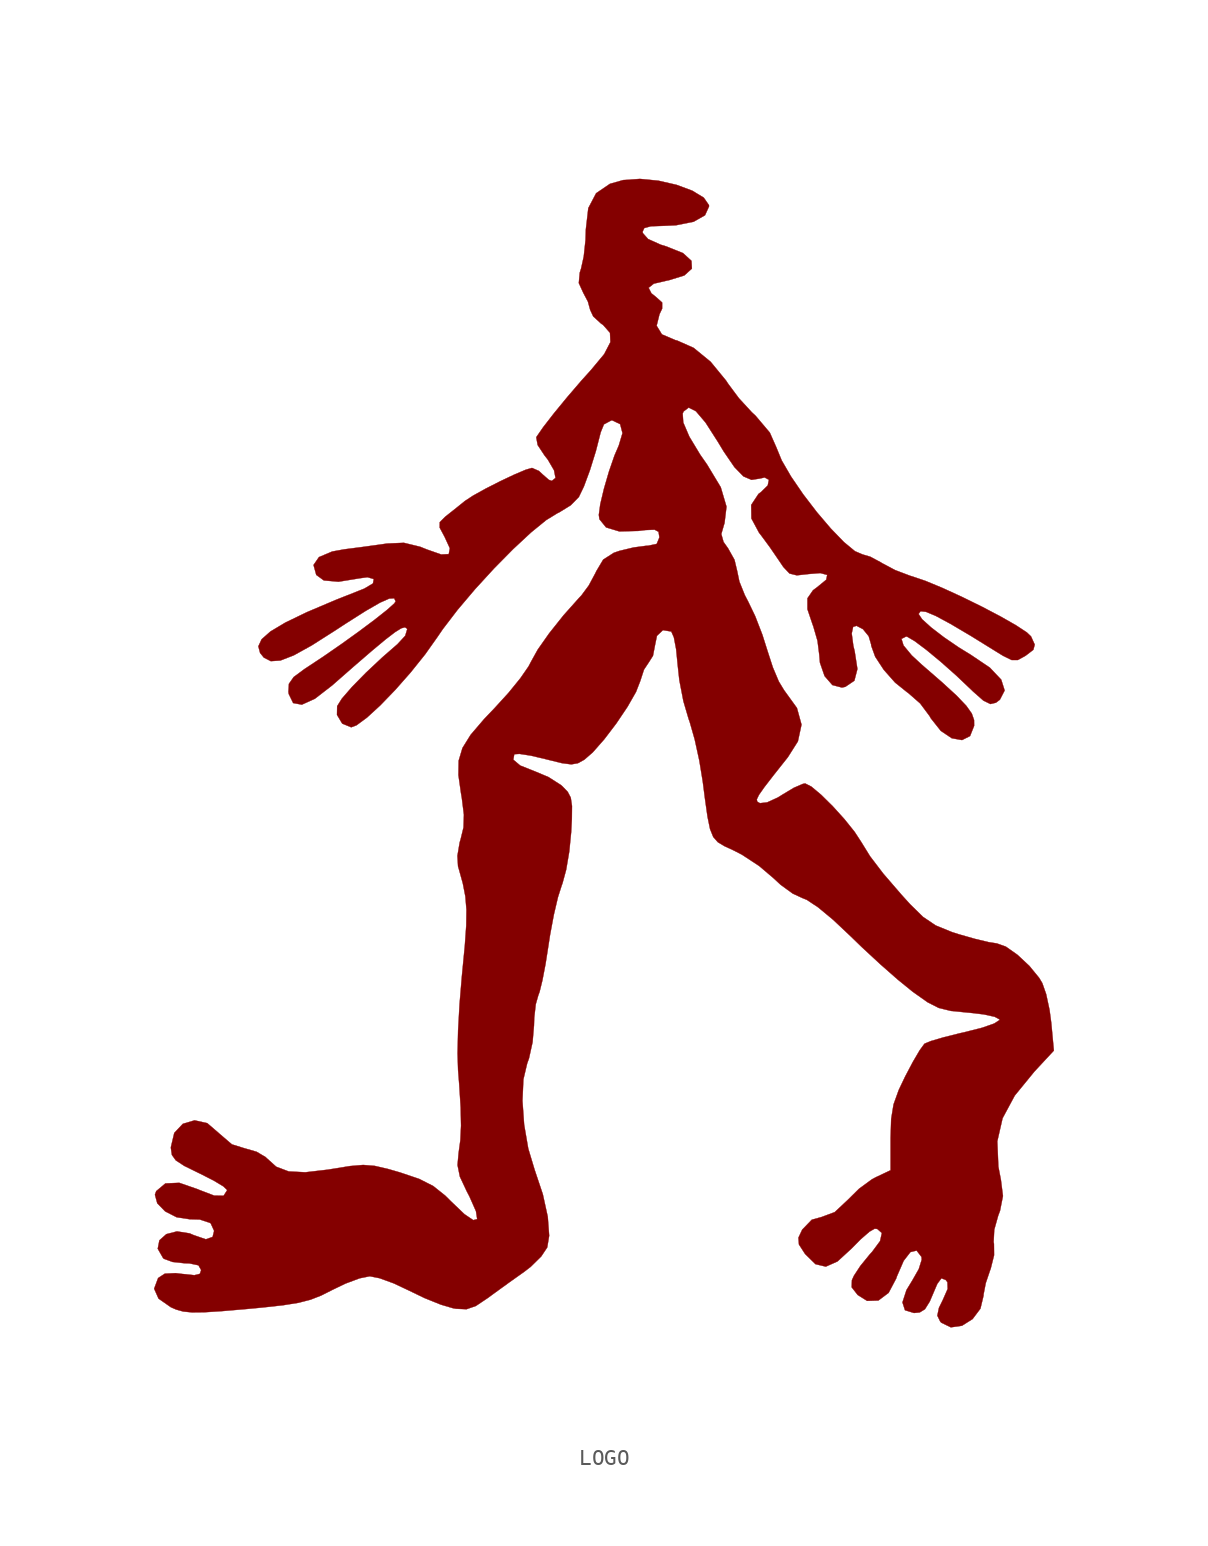
<source format=kicad_sym>
(kicad_symbol_lib
  (version 20220914)
  (generator "bitmap2component")
  (generator_version "9.0")
  (symbol "LOGO"
    (pin_names
      (offset 1.016))
    (property "Reference" "#G"
      (at 0 35.303 0)
      (effects (font (size 1.27 1.27)) hide))
    (symbol "LOGO_0_0"
      (polyline (pts (xy 22.433 -35.788) (xy 23.093 -35.372) (xy 23.585 -34.719) (xy 23.779 -33.908) (xy 23.782 -33.824) (xy 23.917 -33.125) (xy 24.189 -32.321) (xy 24.225 -32.23) (xy 24.438 -31.381) (xy 24.43 -30.667) (xy 24.409 -30.556) (xy 24.448 -29.79) (xy 24.695 -28.907) (xy 24.81 -28.599) (xy 24.992 -27.679) (xy 24.866 -26.678) (xy 24.705 -25.841) (xy 24.639 -24.26) (xy 24.969 -22.818) (xy 25.73 -21.403) (xy 26.957 -19.901) (xy 28.175 -18.59) (xy 28.014 -16.868) (xy 27.905 -16.047) (xy 27.693 -15.06) (xy 27.451 -14.369) (xy 27.253 -14.04) (xy 26.64 -13.293) (xy 25.896 -12.599) (xy 25.17 -12.088) (xy 24.608 -11.889) (xy 24.602 -11.889) (xy 24.09 -11.809) (xy 23.248 -11.607) (xy 22.253 -11.324) (xy 21.804 -11.181) (xy 20.792 -10.768) (xy 19.998 -10.234) (xy 19.185 -9.436) (xy 18.657 -8.854) (xy 17.513 -7.529) (xy 16.69 -6.45) (xy 16.127 -5.539) (xy 15.718 -4.913) (xy 15.085 -4.124) (xy 14.353 -3.315) (xy 13.628 -2.599) (xy 13.017 -2.087) (xy 12.629 -1.891) (xy 12.486 -1.917) (xy 11.918 -2.162) (xy 11.217 -2.583) (xy 10.916 -2.77) (xy 10.252 -3.073) (xy 9.807 -3.123) (xy 9.779 -3.112) (xy 9.632 -3.03) (xy 9.604 -2.885) (xy 9.738 -2.606) (xy 10.078 -2.121) (xy 10.668 -1.357) (xy 11.552 -0.242) (xy 12.174 0.741) (xy 12.4 1.787) (xy 12.114 2.829) (xy 11.31 3.941) (xy 11.309 3.942) (xy 10.98 4.485) (xy 10.609 5.364) (xy 10.276 6.389) (xy 9.953 7.409) (xy 9.504 8.569) (xy 9.068 9.475) (xy 8.854 9.886) (xy 8.515 10.73) (xy 8.38 11.38) (xy 8.38 11.381) (xy 8.21 12.092) (xy 7.808 12.81) (xy 7.525 13.209) (xy 7.386 13.703) (xy 7.564 14.316) (xy 7.585 14.37) (xy 7.711 15.411) (xy 7.351 16.629) (xy 6.5 18.041) (xy 6.071 18.656) (xy 5.385 19.793) (xy 5.008 20.675) (xy 4.971 21.236) (xy 5.028 21.363) (xy 5.344 21.607) (xy 5.796 21.38) (xy 6.401 20.669) (xy 7.173 19.463) (xy 7.534 18.866) (xy 8.209 17.88) (xy 8.768 17.306) (xy 9.275 17.089) (xy 9.797 17.171) (xy 10.096 17.238) (xy 10.361 17.092) (xy 10.29 16.74) (xy 9.871 16.329) (xy 9.71 16.209) (xy 9.256 15.521) (xy 9.267 14.675) (xy 9.747 13.781) (xy 9.874 13.62) (xy 10.421 12.878) (xy 10.978 12.065) (xy 11.264 11.641) (xy 11.65 11.233) (xy 12.106 11.12) (xy 12.856 11.203) (xy 13.573 11.261) (xy 14.006 11.146) (xy 13.945 10.845) (xy 13.376 10.378) (xy 13.118 10.186) (xy 12.771 9.684) (xy 12.771 9.002) (xy 13.105 8.013) (xy 13.133 7.945) (xy 13.4 7.023) (xy 13.511 6.149) (xy 13.552 5.662) (xy 13.841 4.824) (xy 14.33 4.261) (xy 14.928 4.105) (xy 15.14 4.151) (xy 15.704 4.532) (xy 15.894 5.266) (xy 15.721 6.382) (xy 15.639 6.719) (xy 15.538 7.486) (xy 15.625 7.897) (xy 15.84 7.965) (xy 16.241 7.756) (xy 16.599 7.316) (xy 16.753 6.799) (xy 16.758 6.719) (xy 17.006 6.033) (xy 17.545 5.211) (xy 18.249 4.417) (xy 18.995 3.817) (xy 19.058 3.776) (xy 19.817 3.112) (xy 20.407 2.321) (xy 20.488 2.178) (xy 21.108 1.396) (xy 21.791 0.937) (xy 22.435 0.822) (xy 22.936 1.073) (xy 23.191 1.714) (xy 23.187 2.075) (xy 23.044 2.482) (xy 22.7 2.967) (xy 22.101 3.596) (xy 21.191 4.431) (xy 19.914 5.539) (xy 19.292 6.115) (xy 18.776 6.739) (xy 18.649 7.149) (xy 18.94 7.296) (xy 19.012 7.28) (xy 19.474 7.009) (xy 20.203 6.462) (xy 21.103 5.717) (xy 22.081 4.85) (xy 23.04 3.94) (xy 23.116 3.865) (xy 23.767 3.291) (xy 24.208 3.075) (xy 24.554 3.158) (xy 24.801 3.346) (xy 25.099 3.923) (xy 24.885 4.598) (xy 24.172 5.351) (xy 22.968 6.162) (xy 22.239 6.609) (xy 21.306 7.247) (xy 20.502 7.865) (xy 19.938 8.375) (xy 19.726 8.692) (xy 19.726 8.717) (xy 19.841 8.876) (xy 20.181 8.839) (xy 20.791 8.583) (xy 21.713 8.086) (xy 22.994 7.329) (xy 24.678 6.287) (xy 24.993 6.093) (xy 25.534 5.826) (xy 25.923 5.827) (xy 26.366 6.069) (xy 26.421 6.104) (xy 26.893 6.465) (xy 26.979 6.789) (xy 26.747 7.303) (xy 26.485 7.553) (xy 25.806 7.999) (xy 24.83 8.555) (xy 23.666 9.166) (xy 22.424 9.776) (xy 21.213 10.331) (xy 20.142 10.775) (xy 19.32 11.054) (xy 19.201 11.088) (xy 18.252 11.447) (xy 17.429 11.885) (xy 17.352 11.935) (xy 16.699 12.284) (xy 16.21 12.428) (xy 15.742 12.628) (xy 15.053 13.198) (xy 14.232 14.046) (xy 13.356 15.075) (xy 12.501 16.191) (xy 11.744 17.299) (xy 11.161 18.305) (xy 10.828 19.115) (xy 10.418 20.043) (xy 9.525 21.1) (xy 9.296 21.312) (xy 8.487 22.192) (xy 7.818 23.089) (xy 7.682 23.296) (xy 6.715 24.474) (xy 5.652 25.343) (xy 4.619 25.8) (xy 4.513 25.824) (xy 3.674 26.183) (xy 3.343 26.723) (xy 3.522 27.443) (xy 3.688 27.792) (xy 3.688 28.175) (xy 3.288 28.533) (xy 3.014 28.752) (xy 2.841 29.096) (xy 3.167 29.353) (xy 4.012 29.55) (xy 4.1 29.565) (xy 5.075 29.866) (xy 5.547 30.293) (xy 5.52 30.781) (xy 4.993 31.263) (xy 3.968 31.675) (xy 3.602 31.787) (xy 2.808 32.144) (xy 2.48 32.515) (xy 2.468 32.606) (xy 2.572 32.832) (xy 2.989 32.94) (xy 3.831 32.97) (xy 4.551 33.003) (xy 5.657 33.224) (xy 6.368 33.628) (xy 6.62 34.186) (xy 6.614 34.26) (xy 6.291 34.729) (xy 5.572 35.165) (xy 4.584 35.532) (xy 3.451 35.79) (xy 2.298 35.901) (xy 1.25 35.828) (xy 0.425 35.594) (xy -0.44 35.006) (xy -0.928 34.076) (xy -1.081 32.748) (xy -1.103 32.076) (xy -1.212 31.056) (xy -1.379 30.3) (xy -1.463 30.036) (xy -1.521 29.39) (xy -1.244 28.783) (xy -0.952 28.229) (xy -0.811 27.713) (xy -0.621 27.306) (xy -0.135 26.861) (xy 0.001 26.766) (xy 0.428 26.28) (xy 0.454 25.698) (xy 0.066 24.95) (xy -0.752 23.965) (xy -1.351 23.301) (xy -2.237 22.27) (xy -3.07 21.256) (xy -3.745 20.386) (xy -4.159 19.788) (xy -4.18 19.741) (xy -4.095 19.267) (xy -3.667 18.619) (xy -3.453 18.345) (xy -3.07 17.686) (xy -2.978 17.208) (xy -3.209 17.023) (xy -3.393 17.089) (xy -3.783 17.429) (xy -4.014 17.645) (xy -4.449 17.834) (xy -4.838 17.721) (xy -5.557 17.417) (xy -6.448 16.995) (xy -7.359 16.531) (xy -8.137 16.099) (xy -8.631 15.775) (xy -9.103 15.395) (xy -9.728 14.898) (xy -9.871 14.784) (xy -10.215 14.441) (xy -10.219 14.102) (xy -9.915 13.532) (xy -9.912 13.528) (xy -9.583 12.811) (xy -9.65 12.446) (xy -10.125 12.424) (xy -11.019 12.737) (xy -11.44 12.906) (xy -12.458 13.152) (xy -13.511 13.107) (xy -13.923 13.047) (xy -15.063 12.89) (xy -16.185 12.745) (xy -16.937 12.609) (xy -17.766 12.259) (xy -18.105 11.766) (xy -17.934 11.146) (xy -17.461 10.802) (xy -16.546 10.72) (xy -15.2 10.939) (xy -14.732 11.002) (xy -14.338 10.888) (xy -14.388 10.614) (xy -14.929 10.291) (xy -16.704 9.588) (xy -18.512 8.821) (xy -19.865 8.168) (xy -20.8 7.609) (xy -21.351 7.121) (xy -21.555 6.682) (xy -21.446 6.27) (xy -21.211 5.977) (xy -20.775 5.755) (xy -20.173 5.796) (xy -19.341 6.118) (xy -18.216 6.741) (xy -16.734 7.684) (xy -16.098 8.1) (xy -14.839 8.899) (xy -13.947 9.413) (xy -13.371 9.667) (xy -13.062 9.684) (xy -12.97 9.489) (xy -13.061 9.359) (xy -13.516 8.953) (xy -14.275 8.352) (xy -15.249 7.623) (xy -16.352 6.83) (xy -17.496 6.038) (xy -18.594 5.312) (xy -18.675 5.259) (xy -19.346 4.762) (xy -19.644 4.336) (xy -19.674 3.836) (xy -19.656 3.707) (xy -19.379 3.137) (xy -18.835 3.036) (xy -18.022 3.403) (xy -16.94 4.24) (xy -15.607 5.409) (xy -14.449 6.408) (xy -13.599 7.116) (xy -13.005 7.571) (xy -12.619 7.811) (xy -12.39 7.872) (xy -12.268 7.794) (xy -12.249 7.749) (xy -12.373 7.342) (xy -12.859 6.816) (xy -13.804 5.993) (xy -14.837 5.024) (xy -15.709 4.134) (xy -16.334 3.412) (xy -16.627 2.944) (xy -16.638 2.399) (xy -16.311 1.852) (xy -15.751 1.621) (xy -15.419 1.745) (xy -14.764 2.227) (xy -13.928 2.994) (xy -12.99 3.965) (xy -12.03 5.055) (xy -11.127 6.181) (xy -10.362 7.261) (xy -10.023 7.757) (xy -9.1 8.964) (xy -8.004 10.258) (xy -6.818 11.552) (xy -5.626 12.76) (xy -4.512 13.797) (xy -3.558 14.575) (xy -2.849 15.009) (xy -2.759 15.049) (xy -2.028 15.498) (xy -1.522 16.012) (xy -1.204 16.671) (xy -0.826 17.693) (xy -0.455 18.885) (xy -0.154 20.063) (xy 0.05 20.56) (xy 0.517 20.806) (xy 0.573 20.805) (xy 1.063 20.57) (xy 1.209 20.01) (xy 0.978 19.236) (xy 0.709 18.611) (xy 0.365 17.616) (xy 0.05 16.534) (xy -0.181 15.562) (xy -0.27 14.897) (xy -0.232 14.627) (xy 0.183 14.116) (xy 1.012 13.865) (xy 2.2 13.896) (xy 2.644 13.95) (xy 3.218 13.973) (xy 3.462 13.842) (xy 3.513 13.52) (xy 3.512 13.481) (xy 3.347 13.082) (xy 2.801 12.97) (xy 2.692 12.967) (xy 1.904 12.862) (xy 1.028 12.652) (xy 0.667 12.529) (xy 0.001 12.101) (xy -0.434 11.369) (xy -0.471 11.284) (xy -0.899 10.485) (xy -1.36 9.863) (xy -1.506 9.71) (xy -2.478 8.62) (xy -3.374 7.495) (xy -4.092 6.473) (xy -4.526 5.69) (xy -4.662 5.428) (xy -5.175 4.687) (xy -5.913 3.779) (xy -6.764 2.846) (xy -7.448 2.128) (xy -8.284 1.15) (xy -8.795 0.327) (xy -9.033 -0.47) (xy -9.047 -1.366) (xy -8.888 -2.488) (xy -8.836 -2.791) (xy -8.704 -3.845) (xy -8.729 -4.639) (xy -8.911 -5.384) (xy -8.968 -5.575) (xy -9.11 -6.414) (xy -9.071 -7.073) (xy -9.019 -7.246) (xy -8.77 -8.147) (xy -8.614 -8.951) (xy -8.545 -9.783) (xy -8.558 -10.771) (xy -8.648 -12.042) (xy -8.81 -13.723) (xy -8.833 -13.961) (xy -8.976 -15.684) (xy -9.068 -17.335) (xy -9.101 -18.76) (xy -9.069 -19.802) (xy -8.999 -20.688) (xy -8.906 -22.161) (xy -8.883 -23.286) (xy -8.926 -24.188) (xy -9.036 -24.995) (xy -9.103 -25.744) (xy -8.956 -26.469) (xy -8.533 -27.373) (xy -8.357 -27.711) (xy -7.95 -28.631) (xy -7.874 -29.126) (xy -8.118 -29.189) (xy -8.673 -28.814) (xy -9.53 -27.995) (xy -9.875 -27.652) (xy -10.623 -27.056) (xy -11.497 -26.612) (xy -12.7 -26.206) (xy -13.444 -25.991) (xy -14.28 -25.797) (xy -15.001 -25.739) (xy -15.821 -25.808) (xy -16.956 -25.991) (xy -17.196 -26.031) (xy -18.618 -26.197) (xy -19.661 -26.143) (xy -20.433 -25.852) (xy -21.044 -25.304) (xy -21.098 -25.248) (xy -21.664 -24.914) (xy -22.434 -24.692) (xy -23.208 -24.452) (xy -24.028 -23.749) (xy -24.036 -23.739) (xy -24.748 -23.127) (xy -25.539 -22.95) (xy -26.272 -23.166) (xy -26.811 -23.737) (xy -27.021 -24.623) (xy -27.021 -24.685) (xy -26.958 -25.113) (xy -26.716 -25.451) (xy -26.187 -25.797) (xy -25.265 -26.25) (xy -25.176 -26.292) (xy -24.332 -26.722) (xy -23.735 -27.083) (xy -23.509 -27.301) (xy -23.509 -27.323) (xy -23.726 -27.663) (xy -24.321 -27.652) (xy -25.264 -27.292) (xy -25.328 -27.261) (xy -26.498 -26.856) (xy -27.366 -26.894) (xy -27.939 -27.375) (xy -28.019 -27.598) (xy -27.873 -28.136) (xy -27.379 -28.641) (xy -26.661 -29.008) (xy -25.843 -29.132) (xy -25.212 -29.149) (xy -24.539 -29.376) (xy -24.319 -29.858) (xy -24.414 -30.239) (xy -24.838 -30.385) (xy -25.607 -30.12) (xy -25.851 -30.015) (xy -26.642 -29.892) (xy -27.307 -30.064) (xy -27.741 -30.451) (xy -27.843 -30.976) (xy -27.508 -31.561) (xy -27.453 -31.606) (xy -26.913 -31.804) (xy -26.157 -31.885) (xy -25.868 -31.892) (xy -25.299 -32.011) (xy -25.13 -32.307) (xy -25.208 -32.544) (xy -25.553 -32.63) (xy -26.294 -32.554) (xy -26.727 -32.502) (xy -27.401 -32.534) (xy -27.802 -32.795) (xy -27.828 -32.827) (xy -28.069 -33.474) (xy -27.793 -34.094) (xy -27.021 -34.634) (xy -26.695 -34.776) (xy -26.253 -34.9) (xy -25.698 -34.956) (xy -24.924 -34.947) (xy -23.824 -34.876) (xy -22.293 -34.744) (xy -21.315 -34.652) (xy -20.008 -34.508) (xy -19.041 -34.353) (xy -18.29 -34.16) (xy -17.627 -33.901) (xy -16.928 -33.549) (xy -16.109 -33.154) (xy -15.22 -32.823) (xy -14.586 -32.696) (xy -13.975 -32.818) (xy -13.084 -33.143) (xy -12.114 -33.601) (xy -11.163 -34.06) (xy -10.148 -34.469) (xy -9.37 -34.698) (xy -9.192 -34.728) (xy -8.542 -34.757) (xy -7.957 -34.554) (xy -7.208 -34.053) (xy -6.909 -33.833) (xy -5.888 -33.093) (xy -4.921 -32.407) (xy -4.526 -32.102) (xy -3.871 -31.458) (xy -3.496 -30.894) (xy -3.375 -30.16) (xy -3.462 -28.981) (xy -3.771 -27.569) (xy -4.28 -26.051) (xy -4.282 -26.046) (xy -4.681 -24.72) (xy -4.939 -23.223) (xy -5.045 -21.723) (xy -4.986 -20.391) (xy -4.751 -19.396) (xy -4.636 -19.077) (xy -4.412 -18.062) (xy -4.323 -17.014) (xy -4.309 -16.542) (xy -4.213 -15.693) (xy -4.055 -15.136) (xy -3.974 -14.917) (xy -3.797 -14.197) (xy -3.6 -13.169) (xy -3.414 -11.978) (xy -3.319 -11.359) (xy -3.082 -10.092) (xy -2.823 -8.991) (xy -2.583 -8.241) (xy -2.546 -8.147) (xy -2.312 -7.285) (xy -2.117 -6.138) (xy -1.999 -4.928) (xy -1.957 -4.128) (xy -1.948 -3.301) (xy -2.025 -2.776) (xy -2.216 -2.412) (xy -2.547 -2.069) (xy -2.645 -1.984) (xy -3.419 -1.49) (xy -4.302 -1.119) (xy -4.31 -1.117) (xy -5.183 -0.77) (xy -5.615 -0.406) (xy -5.557 -0.063) (xy -5.557 -0.062) (xy -5.226 -0.042) (xy -4.527 -0.15) (xy -3.612 -0.365) (xy -3.513 -0.391) (xy -2.581 -0.62) (xy -1.99 -0.697) (xy -1.577 -0.625) (xy -1.177 -0.405) (xy -0.655 0.048) (xy 0.063 0.863) (xy 0.823 1.861) (xy 1.521 2.899) (xy 2.055 3.833) (xy 2.321 4.516) (xy 2.322 4.519) (xy 2.551 5.223) (xy 2.865 5.698) (xy 3.115 6.092) (xy 3.243 6.76) (xy 3.362 7.339) (xy 3.738 7.694) (xy 4.255 7.608) (xy 4.262 7.603) (xy 4.421 7.243) (xy 4.562 6.503) (xy 4.657 5.539) (xy 4.763 4.566) (xy 5.017 3.249) (xy 5.343 2.143) (xy 5.411 1.953) (xy 5.721 0.867) (xy 6.011 -0.457) (xy 6.227 -1.775) (xy 6.363 -2.833) (xy 6.524 -3.97) (xy 6.682 -4.739) (xy 6.883 -5.237) (xy 7.171 -5.563) (xy 7.591 -5.814) (xy 8.187 -6.09) (xy 8.682 -6.346) (xy 9.756 -7.052) (xy 10.652 -7.814) (xy 11.09 -8.22) (xy 11.849 -8.773) (xy 12.472 -9.061) (xy 12.731 -9.165) (xy 13.441 -9.636) (xy 14.381 -10.417) (xy 15.469 -11.442) (xy 16.185 -12.136) (xy 17.327 -13.193) (xy 18.418 -14.152) (xy 19.296 -14.866) (xy 19.418 -14.958) (xy 20.28 -15.568) (xy 20.981 -15.924) (xy 21.742 -16.11) (xy 22.788 -16.213) (xy 22.849 -16.217) (xy 23.789 -16.326) (xy 24.48 -16.477) (xy 24.778 -16.64) (xy 24.772 -16.686) (xy 24.441 -16.899) (xy 23.698 -17.159) (xy 22.637 -17.428) (xy 22.279 -17.51) (xy 21.264 -17.765) (xy 20.489 -17.993) (xy 20.099 -18.154) (xy 20.076 -18.173) (xy 19.789 -18.567) (xy 19.364 -19.291) (xy 18.883 -20.202) (xy 18.478 -21.052) (xy 18.153 -21.956) (xy 18.005 -22.866) (xy 17.969 -24.046) (xy 17.969 -26.07) (xy 17.036 -26.511) (xy 16.799 -26.639) (xy 15.995 -27.228) (xy 15.27 -27.944) (xy 14.475 -28.688) (xy 13.643 -28.997) (xy 13.043 -29.162) (xy 12.443 -29.784) (xy 12.207 -30.287) (xy 12.239 -30.708) (xy 12.598 -31.265) (xy 12.635 -31.315) (xy 13.272 -31.94) (xy 13.919 -32.094) (xy 14.649 -31.77) (xy 15.53 -30.962) (xy 16.097 -30.388) (xy 16.649 -29.908) (xy 16.973 -29.723) (xy 17.136 -29.739) (xy 17.422 -29.993) (xy 17.312 -30.495) (xy 16.816 -31.165) (xy 16.66 -31.336) (xy 16.078 -32.051) (xy 15.678 -32.661) (xy 15.551 -32.938) (xy 15.536 -33.385) (xy 15.91 -33.864) (xy 16.5 -34.235) (xy 17.208 -34.211) (xy 17.846 -33.732) (xy 18.317 -32.84) (xy 18.367 -32.693) (xy 18.786 -31.73) (xy 19.209 -31.184) (xy 19.596 -31.091) (xy 19.901 -31.487) (xy 19.914 -31.663) (xy 19.731 -32.247) (xy 19.328 -32.954) (xy 18.959 -33.562) (xy 18.71 -34.328) (xy 18.868 -34.819) (xy 19.43 -34.992) (xy 19.79 -34.957) (xy 20.116 -34.757) (xy 20.416 -34.276) (xy 20.79 -33.398) (xy 20.891 -33.164) (xy 21.146 -32.823) (xy 21.419 -32.93) (xy 21.522 -33.069) (xy 21.536 -33.489) (xy 21.232 -34.18) (xy 20.992 -34.669) (xy 20.89 -35.155) (xy 21.071 -35.526) (xy 21.135 -35.597) (xy 21.736 -35.889) (xy 22.433 -35.788)) (stroke (width 0.01) (type default)) (fill (type outline))))))
</source>
